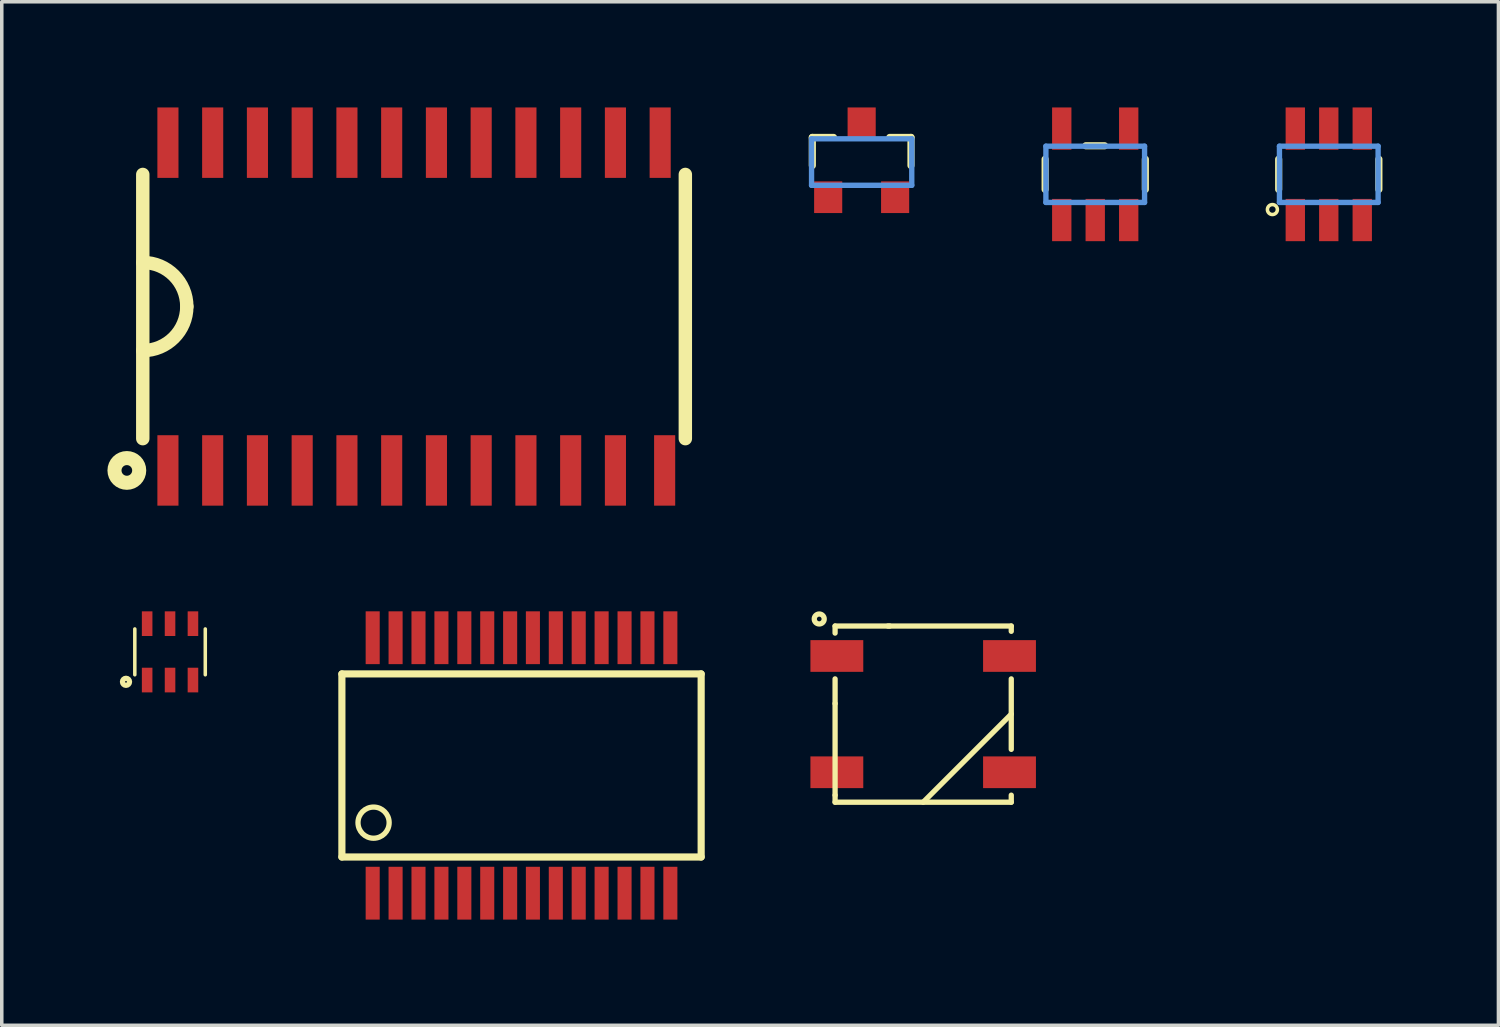
<source format=kicad_pcb>
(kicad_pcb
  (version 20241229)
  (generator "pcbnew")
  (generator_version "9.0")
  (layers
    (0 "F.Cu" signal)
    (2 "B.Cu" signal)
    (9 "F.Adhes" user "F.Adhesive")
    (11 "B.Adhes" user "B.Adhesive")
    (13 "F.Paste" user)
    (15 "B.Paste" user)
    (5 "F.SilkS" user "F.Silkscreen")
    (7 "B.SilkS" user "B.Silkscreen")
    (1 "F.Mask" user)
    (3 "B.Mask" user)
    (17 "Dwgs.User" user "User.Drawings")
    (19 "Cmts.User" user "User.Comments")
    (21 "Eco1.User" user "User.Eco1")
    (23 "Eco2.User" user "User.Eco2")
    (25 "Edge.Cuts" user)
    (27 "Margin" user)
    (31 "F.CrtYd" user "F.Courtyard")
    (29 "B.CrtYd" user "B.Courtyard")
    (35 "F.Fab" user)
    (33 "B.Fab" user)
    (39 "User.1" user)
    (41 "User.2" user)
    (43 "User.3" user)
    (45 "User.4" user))
  (footprint "SOT23-3"
    (layer "F.Cu")
    (at 21.404 1.549)
    (property "Reference" "SOT23-3" (at 0 0 0) (layer "Eco1.User") (effects (font (size 0.5 0.5) (thickness 0.1))))
    (attr through_hole)
    (fp_line (start -1.4 -0.699) (end -1.4 0.099) (stroke (width 0.203) (type solid)) (layer "F.SilkS"))
    (fp_line (start -0.798 -0.699) (end -1.4 -0.699) (stroke (width 0.203) (type solid)) (layer "F.SilkS"))
    (fp_line (start 0.798 -0.699) (end 1.4 -0.699) (stroke (width 0.203) (type solid)) (layer "F.SilkS"))
    (fp_line (start 1.4 -0.699) (end 1.4 0.099) (stroke (width 0.203) (type solid)) (layer "F.SilkS"))
    (fp_line (start -1.422 -0.66) (end 1.422 -0.66) (stroke (width 0.152) (type solid)) (layer "Cmts.User"))
    (fp_line (start -1.422 0.66) (end -1.422 -0.66) (stroke (width 0.152) (type solid)) (layer "Cmts.User"))
    (fp_line (start 1.422 -0.66) (end 1.422 0.66) (stroke (width 0.152) (type solid)) (layer "Cmts.User"))
    (fp_line (start 1.422 0.66) (end -1.422 0.66) (stroke (width 0.152) (type solid)) (layer "Cmts.User"))
    (pad "1" smd rect (at -0.95 0.998) (size 0.798 0.899) (layers "F.Cu" "F.Mask" "F.Paste"))
    (pad "2" smd rect (at 0.95 0.998) (size 0.798 0.899) (layers "F.Cu" "F.Mask" "F.Paste"))
    (pad "3" smd rect (at 0 -1.1) (size 0.798 0.899) (layers "F.Cu" "F.Mask" "F.Paste")))
  (footprint "SOT23-5"
    (layer "F.Cu")
    (at 28.033 1.897)
    (property "Reference" "SOT23-5" (at 0 0 0) (layer "Eco1.User") (effects (font (size 0.5 0.5) (thickness 0.1))))
    (attr through_hole)
    (fp_line (start -1.422 0.429) (end -1.422 -0.429) (stroke (width 0.203) (type solid)) (layer "F.SilkS"))
    (fp_line (start -0.267 -0.81) (end 0.267 -0.81) (stroke (width 0.203) (type solid)) (layer "F.SilkS"))
    (fp_line (start 1.422 -0.429) (end 1.422 0.429) (stroke (width 0.203) (type solid)) (layer "F.SilkS"))
    (fp_line (start -1.4 -0.798) (end -1.4 0.798) (stroke (width 0.152) (type solid)) (layer "Cmts.User"))
    (fp_line (start -1.4 -0.798) (end 1.4 -0.798) (stroke (width 0.152) (type solid)) (layer "Cmts.User"))
    (fp_line (start 1.4 -0.798) (end 1.4 0.798) (stroke (width 0.152) (type solid)) (layer "Cmts.User"))
    (fp_line (start 1.4 0.798) (end -1.4 0.798) (stroke (width 0.152) (type solid)) (layer "Cmts.User"))
    (pad "1" smd rect (at -0.95 1.298) (size 0.549 1.199) (layers "F.Cu" "F.Mask" "F.Paste"))
    (pad "2" smd rect (at 0 1.298) (size 0.549 1.199) (layers "F.Cu" "F.Mask" "F.Paste"))
    (pad "3" smd rect (at 0.95 1.298) (size 0.549 1.199) (layers "F.Cu" "F.Mask" "F.Paste"))
    (pad "4" smd rect (at 0.95 -1.298) (size 0.549 1.199) (layers "F.Cu" "F.Mask" "F.Paste"))
    (pad "5" smd rect (at -0.95 -1.298) (size 0.549 1.199) (layers "F.Cu" "F.Mask" "F.Paste")))
  (footprint "SO24W_7.5mm"
    (layer "F.Cu")
    (at 8.701 5.65)
    (property "Reference" "SO24W_7.5mm" (at 0 -1.7 0) (layer "Eco1.User") (effects (font (size 1 1) (thickness 0.15))))
    (attr smd)
    (fp_line (start -7.699 -3.749) (end -7.699 3.749) (stroke (width 0.381) (type solid)) (layer "F.SilkS"))
    (fp_line (start 7.699 -3.749) (end 7.699 3.749) (stroke (width 0.381) (type solid)) (layer "F.SilkS"))
    (fp_arc (start -7.69874 -1.24968) (mid -6.815083 -0.883657) (end -6.44906 0) (stroke (width 0.381) (type solid)) (layer "F.SilkS"))
    (fp_arc (start -6.44906 0) (mid -6.815083 0.883657) (end -7.69874 1.24968) (stroke (width 0.381) (type solid)) (layer "F.SilkS"))
    (fp_circle (center -8.151 4.651) (end -7.8 4.651) (stroke (width 0.399) (type solid)) (fill no) (layer "F.SilkS"))
    (pad "1" smd rect (at -6.985 4.651) (size 0.599 1.999) (layers "F.Cu" "F.Mask" "F.Paste"))
    (pad "2" smd rect (at -5.715 4.651) (size 0.599 1.999) (layers "F.Cu" "F.Mask" "F.Paste"))
    (pad "3" smd rect (at -4.445 4.651) (size 0.599 1.999) (layers "F.Cu" "F.Mask" "F.Paste"))
    (pad "4" smd rect (at -3.175 4.651) (size 0.599 1.999) (layers "F.Cu" "F.Mask" "F.Paste"))
    (pad "5" smd rect (at -1.905 4.651) (size 0.599 1.999) (layers "F.Cu" "F.Mask" "F.Paste"))
    (pad "6" smd rect (at -0.635 4.651) (size 0.599 1.999) (layers "F.Cu" "F.Mask" "F.Paste"))
    (pad "7" smd rect (at 0.635 4.651) (size 0.599 1.999) (layers "F.Cu" "F.Mask" "F.Paste"))
    (pad "8" smd rect (at 1.905 4.651) (size 0.599 1.999) (layers "F.Cu" "F.Mask" "F.Paste"))
    (pad "9" smd rect (at 3.175 4.651) (size 0.599 1.999) (layers "F.Cu" "F.Mask" "F.Paste"))
    (pad "10" smd rect (at 4.445 4.651) (size 0.599 1.999) (layers "F.Cu" "F.Mask" "F.Paste"))
    (pad "11" smd rect (at 5.715 4.651) (size 0.599 1.999) (layers "F.Cu" "F.Mask" "F.Paste"))
    (pad "12" smd rect (at 7.112 4.651) (size 0.599 1.999) (layers "F.Cu" "F.Mask" "F.Paste"))
    (pad "13" smd rect (at 6.985 -4.651) (size 0.599 1.999) (layers "F.Cu" "F.Mask" "F.Paste"))
    (pad "14" smd rect (at 5.715 -4.651) (size 0.599 1.999) (layers "F.Cu" "F.Mask" "F.Paste"))
    (pad "15" smd rect (at 4.445 -4.651) (size 0.599 1.999) (layers "F.Cu" "F.Mask" "F.Paste"))
    (pad "16" smd rect (at 3.175 -4.651) (size 0.599 1.999) (layers "F.Cu" "F.Mask" "F.Paste"))
    (pad "17" smd rect (at 1.905 -4.651) (size 0.599 1.999) (layers "F.Cu" "F.Mask" "F.Paste"))
    (pad "18" smd rect (at 0.635 -4.651) (size 0.599 1.999) (layers "F.Cu" "F.Mask" "F.Paste"))
    (pad "19" smd rect (at -0.635 -4.651) (size 0.599 1.999) (layers "F.Cu" "F.Mask" "F.Paste"))
    (pad "20" smd rect (at -1.905 -4.651) (size 0.599 1.999) (layers "F.Cu" "F.Mask" "F.Paste"))
    (pad "21" smd rect (at -3.175 -4.651) (size 0.599 1.999) (layers "F.Cu" "F.Mask" "F.Paste"))
    (pad "22" smd rect (at -4.445 -4.651) (size 0.599 1.999) (layers "F.Cu" "F.Mask" "F.Paste"))
    (pad "23" smd rect (at -5.715 -4.651) (size 0.599 1.999) (layers "F.Cu" "F.Mask" "F.Paste"))
    (pad "24" smd rect (at -6.985 -4.651) (size 0.599 1.999) (layers "F.Cu" "F.Mask" "F.Paste")))
  (footprint "SOT363"
    (layer "F.Cu")
    (at 1.776 15.45)
    (property "Reference" "SOT363" (at 0 0 0) (layer "Eco1.User") (effects (font (size 0.6 0.6) (thickness 0.1))))
    (attr through_hole)
    (fp_line (start -1 0.65) (end -1 -0.65) (stroke (width 0.1) (type solid)) (layer "F.SilkS"))
    (fp_line (start 1 -0.65) (end 1 0.65) (stroke (width 0.1) (type solid)) (layer "F.SilkS"))
    (fp_circle (center -1.25 0.85) (end -1.25 0.75) (stroke (width 0.15) (type solid)) (fill no) (layer "F.SilkS"))
    (pad "1" smd rect (at -0.65 0.8) (size 0.3 0.7) (layers "F.Cu" "F.Mask" "F.Paste"))
    (pad "2" smd rect (at 0 0.8) (size 0.3 0.7) (layers "F.Cu" "F.Mask" "F.Paste"))
    (pad "3" smd rect (at 0.65 0.8) (size 0.3 0.7) (layers "F.Cu" "F.Mask" "F.Paste"))
    (pad "4" smd rect (at 0.65 -0.8) (size 0.3 0.7) (layers "F.Cu" "F.Mask" "F.Paste"))
    (pad "5" smd rect (at 0 -0.8) (size 0.3 0.7) (layers "F.Cu" "F.Mask" "F.Paste"))
    (pad "6" smd rect (at -0.65 -0.8) (size 0.3 0.7) (layers "F.Cu" "F.Mask" "F.Paste")))
  (footprint "SSOP28_5.3mm"
    (layer "F.Cu")
    (at 11.751 18.674)
    (property "Reference" "SSOP28_5.3mm" (at 0 -0.85 0) (layer "Eco1.User") (effects (font (size 0.8 0.8) (thickness 0.125))))
    (attr through_hole)
    (fp_line (start -5.098 -2.598) (end -5.098 2.598) (stroke (width 0.203) (type solid)) (layer "F.SilkS"))
    (fp_line (start -5.098 2.598) (end 5.098 2.598) (stroke (width 0.203) (type solid)) (layer "F.SilkS"))
    (fp_line (start 5.098 -2.598) (end -5.098 -2.598) (stroke (width 0.203) (type solid)) (layer "F.SilkS"))
    (fp_line (start 5.098 2.598) (end 5.098 -2.598) (stroke (width 0.203) (type solid)) (layer "F.SilkS"))
    (fp_circle (center -4.199 1.623) (end -3.757 1.623) (stroke (width 0.15) (type solid)) (fill no) (layer "F.SilkS"))
    (pad "1" smd rect (at -4.224 3.625) (size 0.399 1.499) (layers "F.Cu" "F.Mask" "F.Paste"))
    (pad "2" smd rect (at -3.574 3.625) (size 0.399 1.499) (layers "F.Cu" "F.Mask" "F.Paste"))
    (pad "3" smd rect (at -2.924 3.625) (size 0.399 1.499) (layers "F.Cu" "F.Mask" "F.Paste"))
    (pad "4" smd rect (at -2.273 3.625) (size 0.399 1.499) (layers "F.Cu" "F.Mask" "F.Paste"))
    (pad "5" smd rect (at -1.623 3.625) (size 0.399 1.499) (layers "F.Cu" "F.Mask" "F.Paste"))
    (pad "6" smd rect (at -0.973 3.625) (size 0.399 1.499) (layers "F.Cu" "F.Mask" "F.Paste"))
    (pad "7" smd rect (at -0.323 3.625) (size 0.399 1.499) (layers "F.Cu" "F.Mask" "F.Paste"))
    (pad "8" smd rect (at 0.323 3.625) (size 0.399 1.499) (layers "F.Cu" "F.Mask" "F.Paste"))
    (pad "9" smd rect (at 0.973 3.625) (size 0.399 1.499) (layers "F.Cu" "F.Mask" "F.Paste"))
    (pad "10" smd rect (at 1.623 3.625) (size 0.399 1.499) (layers "F.Cu" "F.Mask" "F.Paste"))
    (pad "11" smd rect (at 2.273 3.625) (size 0.399 1.499) (layers "F.Cu" "F.Mask" "F.Paste"))
    (pad "12" smd rect (at 2.924 3.625) (size 0.399 1.499) (layers "F.Cu" "F.Mask" "F.Paste"))
    (pad "13" smd rect (at 3.574 3.625) (size 0.399 1.499) (layers "F.Cu" "F.Mask" "F.Paste"))
    (pad "14" smd rect (at 4.224 3.625) (size 0.399 1.499) (layers "F.Cu" "F.Mask" "F.Paste"))
    (pad "15" smd rect (at 4.224 -3.625) (size 0.399 1.499) (layers "F.Cu" "F.Mask" "F.Paste"))
    (pad "16" smd rect (at 3.574 -3.625) (size 0.399 1.499) (layers "F.Cu" "F.Mask" "F.Paste"))
    (pad "17" smd rect (at 2.924 -3.625) (size 0.399 1.499) (layers "F.Cu" "F.Mask" "F.Paste"))
    (pad "18" smd rect (at 2.273 -3.625) (size 0.399 1.499) (layers "F.Cu" "F.Mask" "F.Paste"))
    (pad "19" smd rect (at 1.623 -3.625) (size 0.399 1.499) (layers "F.Cu" "F.Mask" "F.Paste"))
    (pad "20" smd rect (at 0.973 -3.625) (size 0.399 1.499) (layers "F.Cu" "F.Mask" "F.Paste"))
    (pad "21" smd rect (at 0.323 -3.625) (size 0.399 1.499) (layers "F.Cu" "F.Mask" "F.Paste"))
    (pad "22" smd rect (at -0.323 -3.625) (size 0.399 1.499) (layers "F.Cu" "F.Mask" "F.Paste"))
    (pad "23" smd rect (at -0.973 -3.625) (size 0.399 1.499) (layers "F.Cu" "F.Mask" "F.Paste"))
    (pad "24" smd rect (at -1.623 -3.625) (size 0.399 1.499) (layers "F.Cu" "F.Mask" "F.Paste"))
    (pad "25" smd rect (at -2.273 -3.625) (size 0.399 1.499) (layers "F.Cu" "F.Mask" "F.Paste"))
    (pad "26" smd rect (at -2.924 -3.625) (size 0.399 1.499) (layers "F.Cu" "F.Mask" "F.Paste"))
    (pad "27" smd rect (at -3.574 -3.625) (size 0.399 1.499) (layers "F.Cu" "F.Mask" "F.Paste"))
    (pad "28" smd rect (at -4.224 -3.625) (size 0.399 1.499) (layers "F.Cu" "F.Mask" "F.Paste")))
  (footprint "SOT23-6"
    (layer "F.Cu")
    (at 34.661 1.897)
    (property "Reference" "SOT23-6" (at 0 0 0) (layer "Eco1.User") (effects (font (size 0.5 0.5) (thickness 0.1))))
    (attr through_hole)
    (fp_line (start -1.422 0.429) (end -1.422 -0.429) (stroke (width 0.203) (type solid)) (layer "F.SilkS"))
    (fp_line (start 1.422 -0.429) (end 1.422 0.429) (stroke (width 0.203) (type solid)) (layer "F.SilkS"))
    (fp_circle (center -1.6 1) (end -1.5 0.9) (stroke (width 0.1) (type solid)) (fill no) (layer "F.SilkS"))
    (fp_line (start -1.4 -0.798) (end -1.4 0.798) (stroke (width 0.152) (type solid)) (layer "Cmts.User"))
    (fp_line (start -1.4 -0.798) (end 1.4 -0.798) (stroke (width 0.152) (type solid)) (layer "Cmts.User"))
    (fp_line (start 1.4 -0.798) (end 1.4 0.798) (stroke (width 0.152) (type solid)) (layer "Cmts.User"))
    (fp_line (start 1.4 0.798) (end -1.4 0.798) (stroke (width 0.152) (type solid)) (layer "Cmts.User"))
    (pad "1" smd rect (at -0.95 1.298) (size 0.549 1.199) (layers "F.Cu" "F.Mask" "F.Paste"))
    (pad "2" smd rect (at 0 1.298) (size 0.549 1.199) (layers "F.Cu" "F.Mask" "F.Paste"))
    (pad "3" smd rect (at 0.95 1.298) (size 0.549 1.199) (layers "F.Cu" "F.Mask" "F.Paste"))
    (pad "4" smd rect (at 0.95 -1.298) (size 0.549 1.199) (layers "F.Cu" "F.Mask" "F.Paste"))
    (pad "5" smd rect (at 0 -1.298) (size 0.549 1.199) (layers "F.Cu" "F.Mask" "F.Paste"))
    (pad "6" smd rect (at -0.95 -1.298) (size 0.549 1.199) (layers "F.Cu" "F.Mask" "F.Paste")))
  (footprint "WS2812B"
    (layer "F.Cu")
    (at 23.15 17.217)
    (property "Reference" "WS2812B" (at 0 -0.45 0) (layer "Eco1.User") (effects (font (size 0.6 0.6) (thickness 0.1))))
    (attr through_hole)
    (fp_line (start -2.5 -2.5) (end -2.5 -2.3) (stroke (width 0.15) (type solid)) (layer "F.SilkS"))
    (fp_line (start -2.5 -0.3) (end -2.5 -1) (stroke (width 0.15) (type solid)) (layer "F.SilkS"))
    (fp_line (start -2.5 -0.3) (end -2.5 2.3) (stroke (width 0.15) (type solid)) (layer "F.SilkS"))
    (fp_line (start -2.5 2.5) (end -2.5 2.3) (stroke (width 0.15) (type solid)) (layer "F.SilkS"))
    (fp_line (start -0.95 -2.5) (end -2.5 -2.5) (stroke (width 0.15) (type solid)) (layer "F.SilkS"))
    (fp_line (start 0 2.5) (end 2.5 0) (stroke (width 0.15) (type solid)) (layer "F.SilkS"))
    (fp_line (start 2.5 -2.5) (end -1 -2.5) (stroke (width 0.15) (type solid)) (layer "F.SilkS"))
    (fp_line (start 2.5 -2.5) (end 2.5 -2.35) (stroke (width 0.15) (type solid)) (layer "F.SilkS"))
    (fp_line (start 2.5 -1) (end 2.5 1) (stroke (width 0.15) (type solid)) (layer "F.SilkS"))
    (fp_line (start 2.5 2.3) (end 2.5 2.5) (stroke (width 0.15) (type solid)) (layer "F.SilkS"))
    (fp_line (start 2.5 2.5) (end -2.5 2.5) (stroke (width 0.15) (type solid)) (layer "F.SilkS"))
    (fp_circle (center -2.95 -2.7) (end -2.85 -2.6) (stroke (width 0.15) (type solid)) (fill no) (layer "F.SilkS"))
    (pad "1" smd rect (at -2.45 -1.65) (size 1.5 0.9) (layers "F.Cu" "F.Mask" "F.Paste"))
    (pad "2" smd rect (at -2.45 1.65) (size 1.5 0.9) (layers "F.Cu" "F.Mask" "F.Paste"))
    (pad "3" smd rect (at 2.45 1.65) (size 1.5 0.9) (layers "F.Cu" "F.Mask" "F.Paste"))
    (pad "4" smd rect (at 2.45 -1.65) (size 1.5 0.9) (layers "F.Cu" "F.Mask" "F.Paste")))
  (gr_rect
    (start -3 -3)
    (end 39.476 26.048)
    (stroke (width 0.1) (type default))
    (fill no)
    (layer "Edge.Cuts")))
</source>
